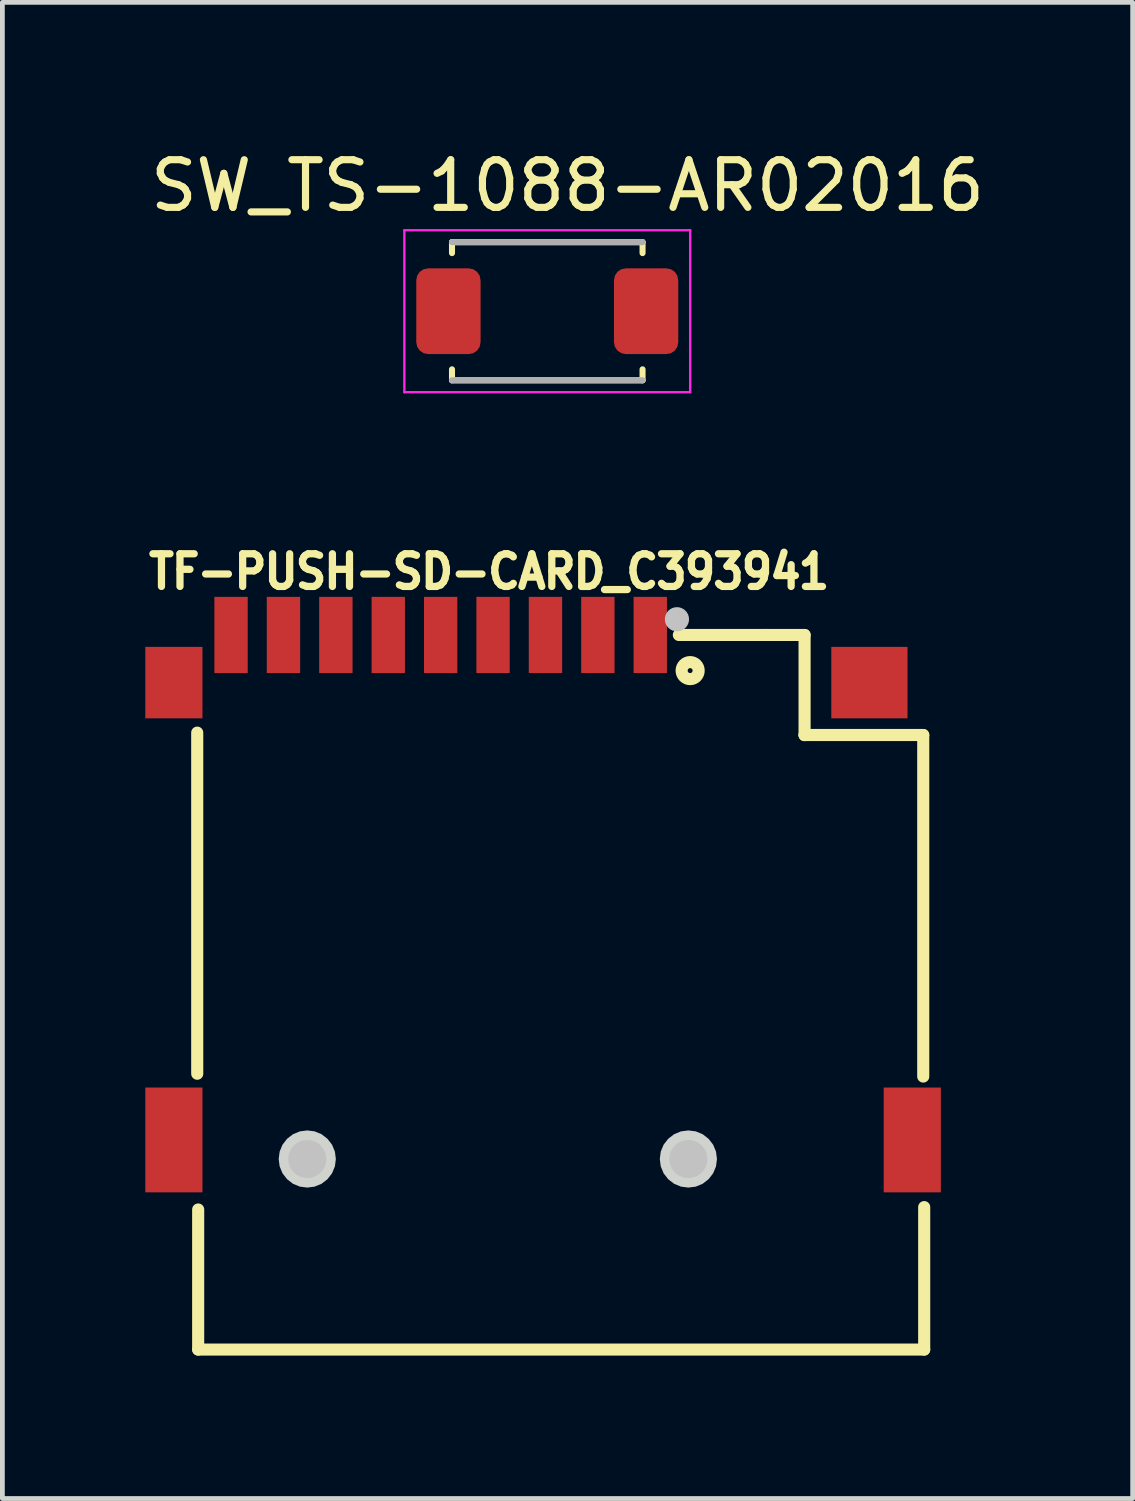
<source format=kicad_pcb>
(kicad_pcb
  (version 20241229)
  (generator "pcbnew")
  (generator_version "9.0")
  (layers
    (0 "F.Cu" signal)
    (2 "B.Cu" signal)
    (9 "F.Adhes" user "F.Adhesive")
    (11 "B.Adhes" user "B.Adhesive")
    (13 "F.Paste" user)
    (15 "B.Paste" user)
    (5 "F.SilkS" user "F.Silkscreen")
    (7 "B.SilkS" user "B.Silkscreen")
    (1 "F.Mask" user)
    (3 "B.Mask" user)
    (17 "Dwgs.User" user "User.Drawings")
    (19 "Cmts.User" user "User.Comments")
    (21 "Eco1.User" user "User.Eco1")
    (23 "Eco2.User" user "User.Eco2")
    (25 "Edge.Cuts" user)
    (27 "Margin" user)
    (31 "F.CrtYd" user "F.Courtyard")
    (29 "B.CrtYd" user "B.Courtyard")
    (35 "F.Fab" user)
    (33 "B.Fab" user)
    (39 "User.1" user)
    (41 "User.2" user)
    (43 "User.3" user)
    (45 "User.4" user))
  (footprint "TF-PUSH-SD-CARD_C393941"
    (layer "F.Cu")
    (at 8.35 15.579)
    (property "Reference" "TF-PUSH-SD-CARD_C393941" (at -8.35 -6.227 0) (layer "F.SilkS") (effects (font (size 0.686 0.628) (thickness 0.152)) (justify left bottom)))
    (fp_line (start -7.26 -3.25) (end -7.26 3.91) (stroke (width 0.254) (type default)) (layer "F.SilkS"))
    (fp_line (start -7.24 9.7) (end -7.24 6.76) (stroke (width 0.254) (type default)) (layer "F.SilkS"))
    (fp_line (start -7.24 9.7) (end 8 9.7) (stroke (width 0.254) (type default)) (layer "F.SilkS"))
    (fp_line (start 4.702 -5.3) (end 2.85 -5.3) (stroke (width 0.254) (type default)) (layer "F.SilkS"))
    (fp_line (start 4.702 -5.3) (end 5.489 -5.3) (stroke (width 0.254) (type default)) (layer "F.SilkS"))
    (fp_line (start 5.489 -5.3) (end 5.489 -3.199) (stroke (width 0.254) (type default)) (layer "F.SilkS"))
    (fp_line (start 5.489 -3.199) (end 5.5 -3.2) (stroke (width 0.254) (type default)) (layer "F.SilkS"))
    (fp_line (start 7.98 -3.2) (end 5.49 -3.2) (stroke (width 0.254) (type default)) (layer "F.SilkS"))
    (fp_line (start 7.98 3.969) (end 7.98 -3.2) (stroke (width 0.254) (type default)) (layer "F.SilkS"))
    (fp_line (start 8 9.7) (end 8 6.71) (stroke (width 0.254) (type default)) (layer "F.SilkS"))
    (fp_circle (center 3.087 -4.552) (end 3.139 -4.552) (stroke (width 0.254) (type default)) (fill no) (layer "F.SilkS"))
    (fp_circle (center -4.95 5.7) (end -4.75 5.7) (stroke (width 0.4) (type default)) (fill no) (layer "Dwgs.User"))
    (fp_circle (center 2.81 -5.63) (end 2.937 -5.63) (stroke (width 0.254) (type default)) (fill no) (layer "Dwgs.User"))
    (fp_circle (center 3.05 5.7) (end 3.25 5.7) (stroke (width 0.4) (type default)) (fill no) (layer "Dwgs.User"))
    (fp_poly (pts (xy -4.35 5.7) (xy -4.37 5.545) (xy -4.43 5.4) (xy -4.526 5.276) (xy -4.65 5.18) (xy -4.795 5.12) (xy -4.95 5.1) (xy -5.105 5.12) (xy -5.25 5.18) (xy -5.374 5.276) (xy -5.47 5.4) (xy -5.53 5.545) (xy -5.55 5.7) (xy -5.53 5.855) (xy -5.47 6) (xy -5.374 6.124) (xy -5.25 6.22) (xy -5.105 6.28) (xy -4.95 6.3) (xy -4.795 6.28) (xy -4.65 6.22) (xy -4.526 6.124) (xy -4.43 6) (xy -4.37 5.855)) (stroke (width 0) (type default)) (fill yes) (layer "Edge.Cuts"))
    (fp_poly (pts (xy 3.65 5.7) (xy 3.63 5.545) (xy 3.57 5.4) (xy 3.474 5.276) (xy 3.35 5.18) (xy 3.205 5.12) (xy 3.05 5.1) (xy 2.895 5.12) (xy 2.75 5.18) (xy 2.626 5.276) (xy 2.53 5.4) (xy 2.47 5.545) (xy 2.45 5.7) (xy 2.47 5.855) (xy 2.53 6) (xy 2.626 6.124) (xy 2.75 6.22) (xy 2.895 6.28) (xy 3.05 6.3) (xy 3.205 6.28) (xy 3.35 6.22) (xy 3.474 6.124) (xy 3.57 6) (xy 3.63 5.855)) (stroke (width 0) (type default)) (fill yes) (layer "Edge.Cuts"))
    (fp_poly (pts (xy -6.7 -5.505) (xy -6.4 -5.505) (xy -6.4 -4.805) (xy -6.7 -4.805)) (stroke (width 0.1) (type default)) (fill no) (layer "User.1"))
    (fp_poly (pts (xy -5.6 -5.505) (xy -5.3 -5.505) (xy -5.3 -4.805) (xy -5.6 -4.805)) (stroke (width 0.1) (type default)) (fill no) (layer "User.1"))
    (fp_poly (pts (xy -4.5 -5.505) (xy -4.2 -5.505) (xy -4.2 -4.805) (xy -4.5 -4.805)) (stroke (width 0.1) (type default)) (fill no) (layer "User.1"))
    (fp_poly (pts (xy -3.4 -5.505) (xy -3.1 -5.505) (xy -3.1 -4.805) (xy -3.4 -4.805)) (stroke (width 0.1) (type default)) (fill no) (layer "User.1"))
    (fp_poly (pts (xy -2.3 -5.505) (xy -2 -5.505) (xy -2 -4.805) (xy -2.3 -4.805)) (stroke (width 0.1) (type default)) (fill no) (layer "User.1"))
    (fp_poly (pts (xy -1.2 -5.505) (xy -0.9 -5.505) (xy -0.9 -4.805) (xy -1.2 -4.805)) (stroke (width 0.1) (type default)) (fill no) (layer "User.1"))
    (fp_poly (pts (xy -0.1 -5.505) (xy 0.2 -5.505) (xy 0.2 -4.805) (xy -0.1 -4.805)) (stroke (width 0.1) (type default)) (fill no) (layer "User.1"))
    (fp_poly (pts (xy 1 -5.505) (xy 1.3 -5.505) (xy 1.3 -4.805) (xy 1 -4.805)) (stroke (width 0.1) (type default)) (fill no) (layer "User.1"))
    (fp_poly (pts (xy 2.1 -5.505) (xy 2.4 -5.505) (xy 2.4 -4.805) (xy 2.1 -4.805)) (stroke (width 0.1) (type default)) (fill no) (layer "User.1"))
    (fp_poly (pts (xy -7.369 6.094) (xy -7.37 4.495) (xy -8.069 4.495) (xy -8.069 6.093) (xy -8.008 6.093)) (stroke (width 0.1) (type default)) (fill no) (layer "User.1"))
    (fp_poly (pts (xy 8.069 6.091) (xy 8.069 4.492) (xy 7.369 4.492) (xy 7.369 6.091) (xy 7.429 6.091)) (stroke (width 0.1) (type default)) (fill no) (layer "User.1"))
    (fp_poly (pts (xy -7.37 -3.806) (xy -8.069 -3.806) (xy -8.07 -4.806) (xy -7.383 -4.806) (xy -7.381 -4.805) (xy -7.384 -4.497)) (stroke (width 0.1) (type default)) (fill no) (layer "User.1"))
    (fp_poly (pts (xy 6.481 -3.805) (xy 7.181 -3.805) (xy 7.181 -4.804) (xy 6.494 -4.805) (xy 6.47 -4.806) (xy 6.472 -4.752) (xy 6.473 -4.671) (xy 6.474 -4.498)) (stroke (width 0.1) (type default)) (fill no) (layer "User.1"))
    (fp_line (start -8.07 -4.806) (end 7.181 -4.806) (stroke (width 0.051) (type default)) (layer "User.2"))
    (fp_line (start -8.07 -4.806) (end -8.07 -4.806) (stroke (width 0.051) (type default)) (layer "User.2"))
    (fp_line (start -8.07 -3.807) (end -8.07 -4.806) (stroke (width 0.051) (type default)) (layer "User.2"))
    (fp_line (start -8.07 6.094) (end -8.069 4.494) (stroke (width 0.051) (type default)) (layer "User.2"))
    (fp_line (start -8.069 4.494) (end -7.37 4.494) (stroke (width 0.051) (type default)) (layer "User.2"))
    (fp_line (start -7.37 -3.806) (end -8.07 -3.807) (stroke (width 0.051) (type default)) (layer "User.2"))
    (fp_line (start -7.37 4.494) (end -7.37 -3.806) (stroke (width 0.051) (type default)) (layer "User.2"))
    (fp_line (start -7.37 6.095) (end -8.07 6.094) (stroke (width 0.051) (type default)) (layer "User.2"))
    (fp_line (start -7.37 8.994) (end -7.37 6.095) (stroke (width 0.051) (type default)) (layer "User.2"))
    (fp_line (start -6.352 8.995) (end -7.37 8.994) (stroke (width 0.051) (type default)) (layer "User.2"))
    (fp_line (start -2.476 8.986) (end -6.352 8.995) (stroke (width 0.051) (type default)) (layer "User.2"))
    (fp_line (start -1.695 8.99) (end -2.476 8.986) (stroke (width 0.051) (type default)) (layer "User.2"))
    (fp_line (start -0.647 8.989) (end -1.695 8.99) (stroke (width 0.051) (type default)) (layer "User.2"))
    (fp_line (start 0.139 8.999) (end -0.647 8.989) (stroke (width 0.051) (type default)) (layer "User.2"))
    (fp_line (start 0.232 9.003) (end 0.139 8.999) (stroke (width 0.051) (type default)) (layer "User.2"))
    (fp_line (start 1.091 9.042) (end 0.232 9.003) (stroke (width 0.051) (type default)) (layer "User.2"))
    (fp_line (start 1.163 9.05) (end 1.091 9.042) (stroke (width 0.051) (type default)) (layer "User.2"))
    (fp_line (start 1.308 9.069) (end 1.163 9.05) (stroke (width 0.051) (type default)) (layer "User.2"))
    (fp_line (start 1.414 9.075) (end 1.308 9.069) (stroke (width 0.051) (type default)) (layer "User.2"))
    (fp_line (start 1.841 9.12) (end 1.414 9.075) (stroke (width 0.051) (type default)) (layer "User.2"))
    (fp_line (start 2.011 9.136) (end 1.841 9.12) (stroke (width 0.051) (type default)) (layer "User.2"))
    (fp_line (start 2.38 9.204) (end 2.011 9.136) (stroke (width 0.051) (type default)) (layer "User.2"))
    (fp_line (start 3.048 9.341) (end 2.38 9.204) (stroke (width 0.051) (type default)) (layer "User.2"))
    (fp_line (start 3.176 9.37) (end 3.048 9.341) (stroke (width 0.051) (type default)) (layer "User.2"))
    (fp_line (start 3.348 9.403) (end 3.176 9.37) (stroke (width 0.051) (type default)) (layer "User.2"))
    (fp_line (start 3.412 9.421) (end 3.348 9.403) (stroke (width 0.051) (type default)) (layer "User.2"))
    (fp_line (start 3.876 9.552) (end 3.412 9.421) (stroke (width 0.051) (type default)) (layer "User.2"))
    (fp_line (start 4.141 9.627) (end 3.876 9.552) (stroke (width 0.051) (type default)) (layer "User.2"))
    (fp_line (start 4.388 9.695) (end 4.141 9.627) (stroke (width 0.051) (type default)) (layer "User.2"))
    (fp_line (start 4.389 9.694) (end 4.388 9.695) (stroke (width 0.051) (type default)) (layer "User.2"))
    (fp_line (start 6.33 -3.806) (end 6.33 -3.305) (stroke (width 0.051) (type default)) (layer "User.2"))
    (fp_line (start 6.33 -3.305) (end 7.229 -3.305) (stroke (width 0.051) (type default)) (layer "User.2"))
    (fp_line (start 7.181 -4.806) (end 7.181 -4.806) (stroke (width 0.051) (type default)) (layer "User.2"))
    (fp_line (start 7.181 -4.806) (end 7.181 -3.807) (stroke (width 0.051) (type default)) (layer "User.2"))
    (fp_line (start 7.181 -3.807) (end 7.181 -3.806) (stroke (width 0.051) (type default)) (layer "User.2"))
    (fp_line (start 7.181 -3.806) (end 6.33 -3.806) (stroke (width 0.051) (type default)) (layer "User.2"))
    (fp_line (start 7.229 -3.305) (end 7.229 -3.206) (stroke (width 0.051) (type default)) (layer "User.2"))
    (fp_line (start 7.229 -3.206) (end 7.37 -3.206) (stroke (width 0.051) (type default)) (layer "User.2"))
    (fp_line (start 7.37 -3.206) (end 7.37 4.494) (stroke (width 0.051) (type default)) (layer "User.2"))
    (fp_line (start 7.37 4.494) (end 8.069 4.494) (stroke (width 0.051) (type default)) (layer "User.2"))
    (fp_line (start 7.38 9.694) (end 4.389 9.694) (stroke (width 0.051) (type default)) (layer "User.2"))
    (fp_line (start 7.38 6.094) (end 7.38 9.693) (stroke (width 0.051) (type default)) (layer "User.2"))
    (fp_line (start 7.38 9.693) (end 7.38 9.694) (stroke (width 0.051) (type default)) (layer "User.2"))
    (fp_line (start 8.069 4.494) (end 8.07 4.495) (stroke (width 0.051) (type default)) (layer "User.2"))
    (fp_line (start 8.069 6.094) (end 7.38 6.094) (stroke (width 0.051) (type default)) (layer "User.2"))
    (fp_line (start 8.07 4.495) (end 8.07 6.093) (stroke (width 0.051) (type default)) (layer "User.2"))
    (fp_line (start 8.07 6.093) (end 8.069 6.094) (stroke (width 0.051) (type default)) (layer "User.2"))
    (fp_poly (pts (xy 8.13 -5.505) (xy 8.112 -5.547) (xy 8.07 -5.565) (xy 8.028 -5.547) (xy 8.01 -5.505) (xy 8.028 -5.463) (xy 8.07 -5.445) (xy 8.112 -5.463)) (stroke (width 0.1) (type default)) (fill no) (layer "User.3"))
    (pad "1" smd rect (at 2.25 -5.3) (size 0.7 1.6) (layers "F.Cu" "F.Mask" "F.Paste"))
    (pad "2" smd rect (at 1.15 -5.3) (size 0.7 1.6) (layers "F.Cu" "F.Mask" "F.Paste"))
    (pad "3" smd rect (at 0.05 -5.3) (size 0.7 1.6) (layers "F.Cu" "F.Mask" "F.Paste"))
    (pad "4" smd rect (at -1.05 -5.3) (size 0.7 1.6) (layers "F.Cu" "F.Mask" "F.Paste"))
    (pad "5" smd rect (at -2.15 -5.3) (size 0.7 1.6) (layers "F.Cu" "F.Mask" "F.Paste"))
    (pad "6" smd rect (at -3.25 -5.3) (size 0.7 1.6) (layers "F.Cu" "F.Mask" "F.Paste"))
    (pad "7" smd rect (at -4.35 -5.3) (size 0.7 1.6) (layers "F.Cu" "F.Mask" "F.Paste"))
    (pad "8" smd rect (at -5.45 -5.3) (size 0.7 1.6) (layers "F.Cu" "F.Mask" "F.Paste"))
    (pad "10" smd rect (at -7.75 -4.3) (size 1.2 1.5) (layers "F.Cu" "F.Mask" "F.Paste"))
    (pad "11" smd rect (at -7.75 5.3) (size 1.2 2.2) (layers "F.Cu" "F.Mask" "F.Paste"))
    (pad "12" smd rect (at 7.75 5.3) (size 1.2 2.2) (layers "F.Cu" "F.Mask" "F.Paste"))
    (pad "13" smd rect (at 6.85 -4.3) (size 1.6 1.5) (layers "F.Cu" "F.Mask" "F.Paste"))
    (pad "CD" smd rect (at -6.55 -5.3) (size 0.7 1.6) (layers "F.Cu" "F.Mask" "F.Paste")))
  (footprint "SW_TS-1088-AR02016"
    (layer "F.Cu")
    (at 8.438 3.483)
    (property "Reference" "SW_TS-1088-AR02016" (at 0.425 -2.635 0) (layer "F.SilkS") (effects (font (size 1 1) (thickness 0.15))))
    (attr smd)
    (fp_line (start -2 -1.45) (end 2 -1.45) (stroke (width 0.127) (type solid)) (layer "F.SilkS"))
    (fp_line (start -2 -1.22) (end -2 -1.45) (stroke (width 0.127) (type solid)) (layer "F.SilkS"))
    (fp_line (start -2 1.45) (end -2 1.22) (stroke (width 0.127) (type solid)) (layer "F.SilkS"))
    (fp_line (start 2 -1.45) (end 2 -1.22) (stroke (width 0.127) (type solid)) (layer "F.SilkS"))
    (fp_line (start 2 1.45) (end -2 1.45) (stroke (width 0.127) (type solid)) (layer "F.SilkS"))
    (fp_line (start 2 1.45) (end 2 1.22) (stroke (width 0.127) (type solid)) (layer "F.SilkS"))
    (fp_line (start -3 -1.7) (end -3 1.7) (stroke (width 0.05) (type solid)) (layer "F.CrtYd"))
    (fp_line (start -3 1.7) (end 3 1.7) (stroke (width 0.05) (type solid)) (layer "F.CrtYd"))
    (fp_line (start 3 -1.7) (end -3 -1.7) (stroke (width 0.05) (type solid)) (layer "F.CrtYd"))
    (fp_line (start 3 1.7) (end 3 -1.7) (stroke (width 0.05) (type solid)) (layer "F.CrtYd"))
    (fp_line (start -2 -1.45) (end 2 -1.45) (stroke (width 0.127) (type solid)) (layer "F.Fab"))
    (fp_line (start 2 1.45) (end -2 1.45) (stroke (width 0.127) (type solid)) (layer "F.Fab"))
    (pad "1" smd roundrect (at -2.075 0) (size 1.35 1.8) (layers "F.Cu" "F.Mask" "F.Paste") (roundrect_rratio 0.185))
    (pad "2" smd roundrect (at 2.075 0) (size 1.35 1.8) (layers "F.Cu" "F.Mask" "F.Paste") (roundrect_rratio 0.185)))
  (gr_rect
    (start -3 -3)
    (end 20.726 28.406)
    (stroke (width 0.1) (type default))
    (fill no)
    (layer "Edge.Cuts")))
</source>
